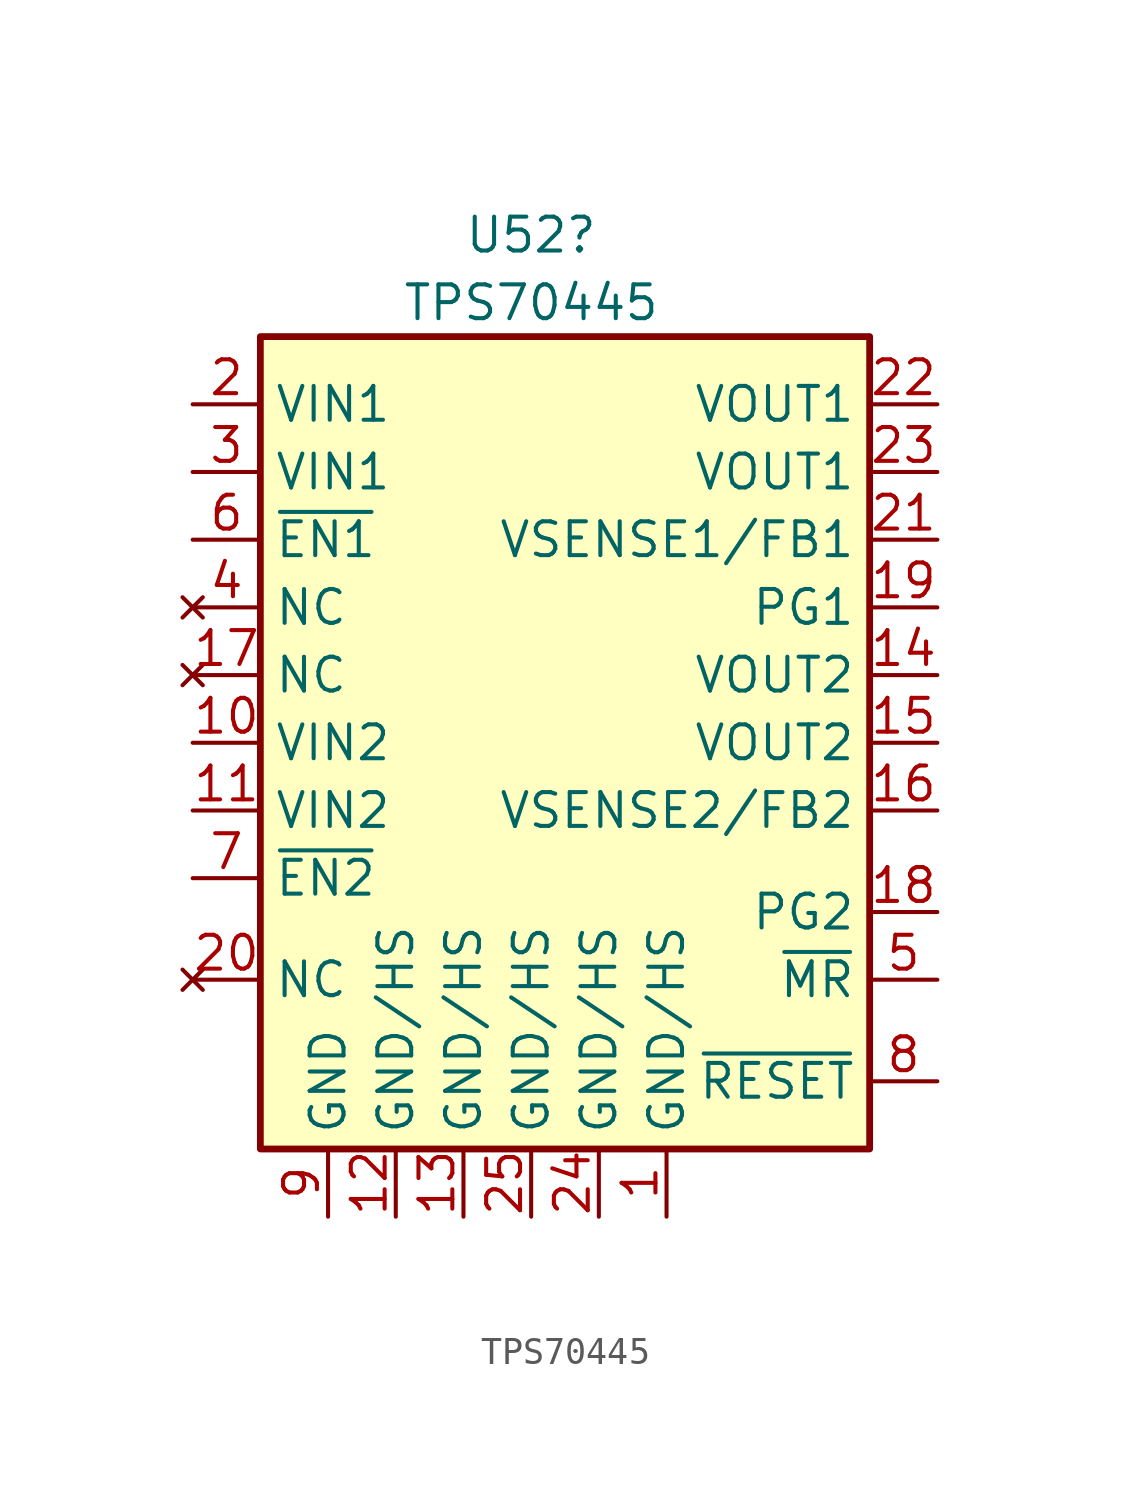
<source format=kicad_sym>
(kicad_symbol_lib
  (version 20220914)
  (generator kicad_symbol_editor)
  (symbol "TPS70445"
    (property "Reference" "U52"
      (at 0 19.05 0)
      (effects (font (size 1.27 1.27))))
    (property "Value" "TPS70445"
      (at 0 16.51 0)
      (effects (font (size 1.27 1.27))))
    (symbol "TPS70445_0_1"
      (rectangle (start -10.16 15.24) (end 12.7 -15.24) (stroke (width 0.254) (type default)) (fill (type background))))
    (symbol "TPS70445_1_1"
      (pin passive line (at 5.08 -17.78 90) (length 2.54) (name "GND/HS" (effects (font (size 1.27 1.27)))) (number "1" (effects (font (size 1.27 1.27)))))
      (pin power_in line (at -12.7 0 0) (length 2.54) (name "VIN2" (effects (font (size 1.27 1.27)))) (number "10" (effects (font (size 1.27 1.27)))))
      (pin power_in line (at -12.7 -2.54 0) (length 2.54) (name "VIN2" (effects (font (size 1.27 1.27)))) (number "11" (effects (font (size 1.27 1.27)))))
      (pin passive line (at -5.08 -17.78 90) (length 2.54) (name "GND/HS" (effects (font (size 1.27 1.27)))) (number "12" (effects (font (size 1.27 1.27)))))
      (pin passive line (at -2.54 -17.78 90) (length 2.54) (name "GND/HS" (effects (font (size 1.27 1.27)))) (number "13" (effects (font (size 1.27 1.27)))))
      (pin power_out line (at 15.24 2.54 180) (length 2.54) (name "VOUT2" (effects (font (size 1.27 1.27)))) (number "14" (effects (font (size 1.27 1.27)))))
      (pin passive line (at 15.24 0 180) (length 2.54) (name "VOUT2" (effects (font (size 1.27 1.27)))) (number "15" (effects (font (size 1.27 1.27)))))
      (pin input line (at 15.24 -2.54 180) (length 2.54) (name "VSENSE2/FB2" (effects (font (size 1.27 1.27)))) (number "16" (effects (font (size 1.27 1.27)))))
      (pin no_connect line (at -12.7 2.54 0) (length 2.54) (name "NC" (effects (font (size 1.27 1.27)))) (number "17" (effects (font (size 1.27 1.27)))))
      (pin open_collector line (at 15.24 -6.35 180) (length 2.54) (name "PG2" (effects (font (size 1.27 1.27)))) (number "18" (effects (font (size 1.27 1.27)))))
      (pin open_collector line (at 15.24 5.08 180) (length 2.54) (name "PG1" (effects (font (size 1.27 1.27)))) (number "19" (effects (font (size 1.27 1.27)))))
      (pin power_in line (at -12.7 12.7 0) (length 2.54) (name "VIN1" (effects (font (size 1.27 1.27)))) (number "2" (effects (font (size 1.27 1.27)))))
      (pin no_connect line (at -12.7 -8.89 0) (length 2.54) (name "NC" (effects (font (size 1.27 1.27)))) (number "20" (effects (font (size 1.27 1.27)))))
      (pin input line (at 15.24 7.62 180) (length 2.54) (name "VSENSE1/FB1" (effects (font (size 1.27 1.27)))) (number "21" (effects (font (size 1.27 1.27)))))
      (pin power_out line (at 15.24 12.7 180) (length 2.54) (name "VOUT1" (effects (font (size 1.27 1.27)))) (number "22" (effects (font (size 1.27 1.27)))))
      (pin passive line (at 15.24 10.16 180) (length 2.54) (name "VOUT1" (effects (font (size 1.27 1.27)))) (number "23" (effects (font (size 1.27 1.27)))))
      (pin passive line (at 2.54 -17.78 90) (length 2.54) (name "GND/HS" (effects (font (size 1.27 1.27)))) (number "24" (effects (font (size 1.27 1.27)))))
      (pin power_in line (at 0 -17.78 90) (length 2.54) (name "GND/HS" (effects (font (size 1.27 1.27)))) (number "25" (effects (font (size 1.27 1.27)))))
      (pin passive line (at -12.7 10.16 0) (length 2.54) (name "VIN1" (effects (font (size 1.27 1.27)))) (number "3" (effects (font (size 1.27 1.27)))))
      (pin no_connect line (at -12.7 5.08 0) (length 2.54) (name "NC" (effects (font (size 1.27 1.27)))) (number "4" (effects (font (size 1.27 1.27)))))
      (pin input line (at 15.24 -8.89 180) (length 2.54) (name "~{MR}" (effects (font (size 1.27 1.27)))) (number "5" (effects (font (size 1.27 1.27)))))
      (pin input line (at -12.7 7.62 0) (length 2.54) (name "~{EN1}" (effects (font (size 1.27 1.27)))) (number "6" (effects (font (size 1.27 1.27)))))
      (pin input line (at -12.7 -5.08 0) (length 2.54) (name "~{EN2}" (effects (font (size 1.27 1.27)))) (number "7" (effects (font (size 1.27 1.27)))))
      (pin open_collector line (at 15.24 -12.7 180) (length 2.54) (name "~{RESET}" (effects (font (size 1.27 1.27)))) (number "8" (effects (font (size 1.27 1.27)))))
      (pin power_in line (at -7.62 -17.78 90) (length 2.54) (name "GND" (effects (font (size 1.27 1.27)))) (number "9" (effects (font (size 1.27 1.27))))))))
</source>
